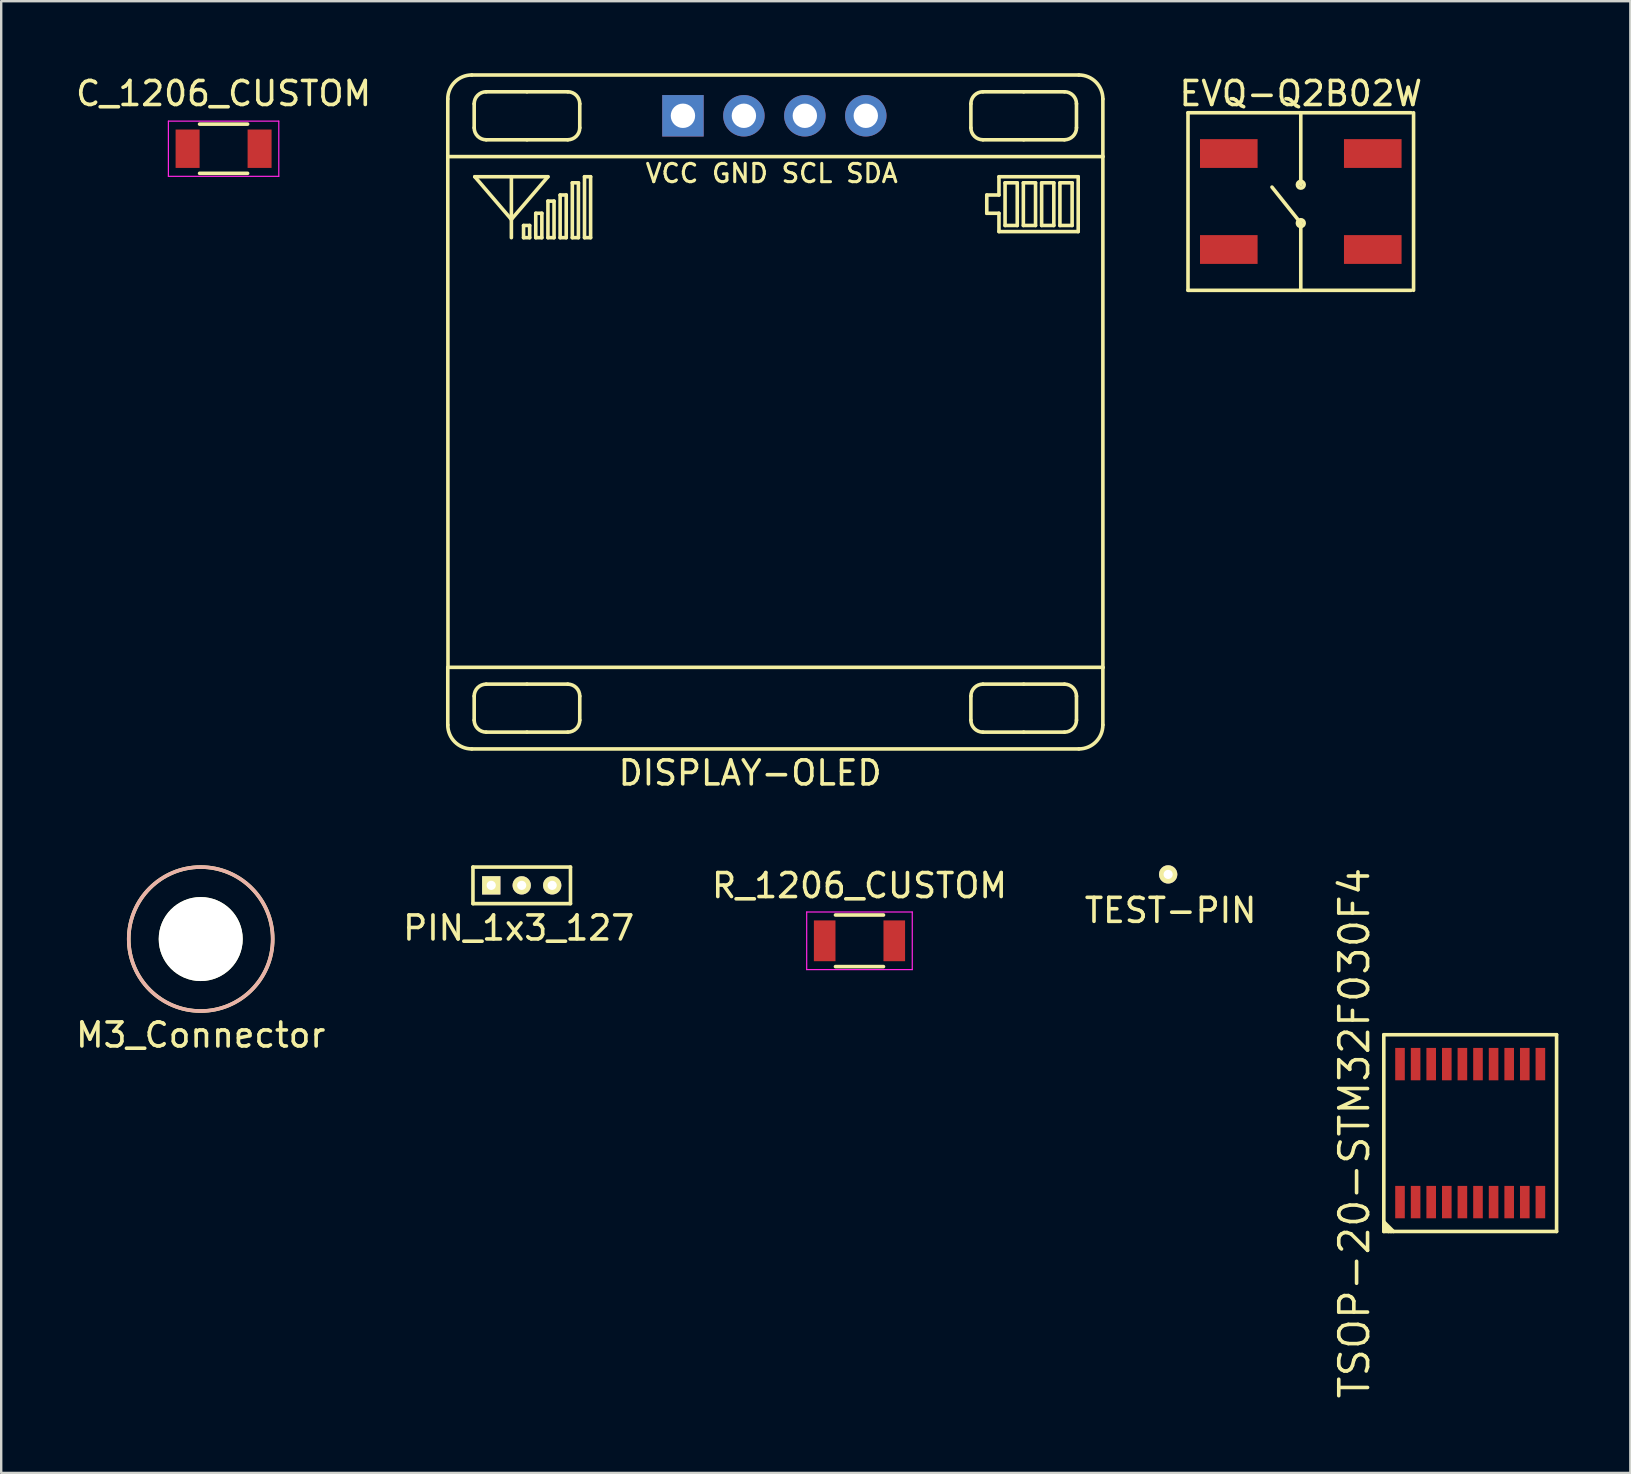
<source format=kicad_pcb>
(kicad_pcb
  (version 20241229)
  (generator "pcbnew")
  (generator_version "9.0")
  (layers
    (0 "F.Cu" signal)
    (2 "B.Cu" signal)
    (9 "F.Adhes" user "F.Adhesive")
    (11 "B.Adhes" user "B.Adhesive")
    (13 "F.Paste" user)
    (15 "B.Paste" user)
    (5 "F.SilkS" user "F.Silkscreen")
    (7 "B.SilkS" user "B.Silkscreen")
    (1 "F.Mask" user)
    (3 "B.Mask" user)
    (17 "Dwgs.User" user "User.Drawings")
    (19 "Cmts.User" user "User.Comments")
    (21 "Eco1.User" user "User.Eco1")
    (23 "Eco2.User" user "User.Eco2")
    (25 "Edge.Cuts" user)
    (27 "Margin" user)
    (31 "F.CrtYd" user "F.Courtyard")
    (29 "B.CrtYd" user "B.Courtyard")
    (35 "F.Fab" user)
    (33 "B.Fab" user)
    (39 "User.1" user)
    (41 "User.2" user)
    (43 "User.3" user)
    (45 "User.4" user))
  (footprint "M3_Connector"
    (layer "F.Cu")
    (at 5.315 36.084)
    (property "Reference" "M3_Connector" (at 0 4 0) (layer "F.SilkS") (effects (font (size 1 1) (thickness 0.15))))
    (attr through_hole)
    (fp_circle (center 0 0) (end 3 0) (stroke (width 0.15) (type solid)) (fill no) (layer "F.SilkS"))
    (fp_circle (center 0 0) (end 3 0) (stroke (width 0.15) (type solid)) (fill no) (layer "B.SilkS"))
    (pad "" np_thru_hole circle (at 0 0) (size 3.5 3.5) (drill 3.5) (layers "*.Cu" "*.Mask" "F.SilkS")))
  (footprint "C_1206_CUSTOM"
    (layer "F.Cu")
    (at 6.268 3.148)
    (property "Reference" "C_1206_CUSTOM" (at 0 -2.3 0) (layer "F.SilkS") (effects (font (size 1 1) (thickness 0.15))))
    (attr smd)
    (fp_line (start -1 1.025) (end 1 1.025) (stroke (width 0.15) (type solid)) (layer "F.SilkS"))
    (fp_line (start 1 -1.025) (end -1 -1.025) (stroke (width 0.15) (type solid)) (layer "F.SilkS"))
    (fp_line (start -2.3 -1.15) (end -2.3 1.15) (stroke (width 0.05) (type solid)) (layer "F.CrtYd"))
    (fp_line (start -2.3 -1.15) (end 2.3 -1.15) (stroke (width 0.05) (type solid)) (layer "F.CrtYd"))
    (fp_line (start -2.3 1.15) (end 2.3 1.15) (stroke (width 0.05) (type solid)) (layer "F.CrtYd"))
    (fp_line (start 2.3 -1.15) (end 2.3 1.15) (stroke (width 0.05) (type solid)) (layer "F.CrtYd"))
    (pad "1" smd rect (at -1.5 0) (size 1 1.6) (layers "F.Cu" "F.Mask" "F.Paste"))
    (pad "2" smd rect (at 1.5 0) (size 1 1.6) (layers "F.Cu" "F.Mask" "F.Paste")))
  (footprint "EVQ-Q2B02W"
    (layer "F.Cu")
    (at 51.159 5.348)
    (property "Reference" "EVQ-Q2B02W" (at 0 -4.5 0) (layer "F.SilkS") (effects (font (size 1 1) (thickness 0.15))))
    (attr through_hole)
    (fp_line (start -4.7 -3.7) (end 4.6 -3.7) (stroke (width 0.15) (type solid)) (layer "F.SilkS"))
    (fp_line (start -4.7 3.7) (end -4.7 -3.7) (stroke (width 0.15) (type solid)) (layer "F.SilkS"))
    (fp_line (start -4.7 3.7) (end 4.6 3.7) (stroke (width 0.15) (type solid)) (layer "F.SilkS"))
    (fp_line (start 0 -3.7) (end 0 -0.7) (stroke (width 0.15) (type solid)) (layer "F.SilkS"))
    (fp_line (start 0 0.9) (end -1.2 -0.6) (stroke (width 0.15) (type solid)) (layer "F.SilkS"))
    (fp_line (start 0 3.7) (end 0 0.9) (stroke (width 0.15) (type solid)) (layer "F.SilkS"))
    (fp_line (start 4.7 3.7) (end 4.7 -3.7) (stroke (width 0.15) (type solid)) (layer "F.SilkS"))
    (fp_circle (center 0 -0.7) (end 0.1 -0.6) (stroke (width 0.15) (type solid)) (fill no) (layer "F.SilkS"))
    (fp_circle (center 0 0.9) (end 0.1 0.8) (stroke (width 0.15) (type solid)) (fill no) (layer "F.SilkS"))
    (pad "1" smd rect (at -3 -2) (size 2.4 1.2) (layers "F.Cu" "F.Mask" "F.Paste"))
    (pad "1" smd rect (at 3 -2) (size 2.4 1.2) (layers "F.Cu" "F.Mask" "F.Paste"))
    (pad "2" smd rect (at -3 2) (size 2.4 1.2) (layers "F.Cu" "F.Mask" "F.Paste"))
    (pad "2" smd rect (at 3 2) (size 2.4 1.2) (layers "F.Cu" "F.Mask" "F.Paste")))
  (footprint "R_1206_CUSTOM"
    (layer "F.Cu")
    (at 32.768 36.157)
    (property "Reference" "R_1206_CUSTOM" (at 0 -2.3 0) (layer "F.SilkS") (effects (font (size 1 1) (thickness 0.15))))
    (attr smd)
    (fp_line (start -1 -1.075) (end 1 -1.075) (stroke (width 0.15) (type solid)) (layer "F.SilkS"))
    (fp_line (start 1 1.075) (end -1 1.075) (stroke (width 0.15) (type solid)) (layer "F.SilkS"))
    (fp_line (start -2.2 -1.2) (end -2.2 1.2) (stroke (width 0.05) (type solid)) (layer "F.CrtYd"))
    (fp_line (start -2.2 -1.2) (end 2.2 -1.2) (stroke (width 0.05) (type solid)) (layer "F.CrtYd"))
    (fp_line (start -2.2 1.2) (end 2.2 1.2) (stroke (width 0.05) (type solid)) (layer "F.CrtYd"))
    (fp_line (start 2.2 -1.2) (end 2.2 1.2) (stroke (width 0.05) (type solid)) (layer "F.CrtYd"))
    (pad "1" smd rect (at -1.45 0) (size 0.9 1.7) (layers "F.Cu" "F.Mask" "F.Paste"))
    (pad "2" smd rect (at 1.45 0) (size 0.9 1.7) (layers "F.Cu" "F.Mask" "F.Paste")))
  (footprint "TEST-PIN"
    (layer "F.Cu")
    (at 45.632 33.39)
    (property "Reference" "TEST-PIN" (at 0.1 1.5 0) (layer "F.SilkS") (effects (font (size 1 1) (thickness 0.15))))
    (attr through_hole)
    (pad "1" thru_hole circle (at 0 0) (size 0.762 0.762) (drill 0.381) (layers "*.Cu" "*.Mask" "F.SilkS")))
  (footprint "DISPLAY-OLED"
    (layer "F.Cu")
    (at 29.183 1.775)
    (property "Reference" "DISPLAY-OLED" (at -0.972 27.386 0) (layer "F.SilkS") (effects (font (size 1 1) (thickness 0.15))))
    (attr through_hole)
    (fp_line (start -13.572 1.7) (end -13.572 -0.7) (stroke (width 0.15) (type solid)) (layer "F.SilkS"))
    (fp_line (start -13.572 1.7) (end -13.564 22.987) (stroke (width 0.15) (type solid)) (layer "F.SilkS"))
    (fp_line (start -13.572 1.7) (end 13.728 1.7) (stroke (width 0.15) (type solid)) (layer "F.SilkS"))
    (fp_line (start -13.572 22.986) (end -13.572 25.386) (stroke (width 0.15) (type solid)) (layer "F.SilkS"))
    (fp_line (start -13.572 22.986) (end 13.728 22.986) (stroke (width 0.15) (type solid)) (layer "F.SilkS"))
    (fp_line (start -12.572 -1.7) (end 12.728 -1.7) (stroke (width 0.15) (type solid)) (layer "F.SilkS"))
    (fp_line (start -12.472 -0.5) (end -12.472 0.5) (stroke (width 0.15) (type solid)) (layer "F.SilkS"))
    (fp_line (start -12.472 24.186) (end -12.472 25.186) (stroke (width 0.15) (type solid)) (layer "F.SilkS"))
    (fp_line (start -12.446 2.54) (end -9.398 2.54) (stroke (width 0.15) (type solid)) (layer "F.SilkS"))
    (fp_line (start -11.972 1) (end -10.272 1) (stroke (width 0.15) (type solid)) (layer "F.SilkS"))
    (fp_line (start -11.972 25.686) (end -10.272 25.686) (stroke (width 0.15) (type solid)) (layer "F.SilkS"))
    (fp_line (start -10.922 2.54) (end -10.922 5.08) (stroke (width 0.15) (type solid)) (layer "F.SilkS"))
    (fp_line (start -10.922 4.318) (end -12.446 2.54) (stroke (width 0.15) (type solid)) (layer "F.SilkS"))
    (fp_line (start -10.414 4.572) (end -10.16 4.572) (stroke (width 0.15) (type solid)) (layer "F.SilkS"))
    (fp_line (start -10.414 5.08) (end -10.414 4.572) (stroke (width 0.15) (type solid)) (layer "F.SilkS"))
    (fp_line (start -10.272 -1) (end -11.972 -1) (stroke (width 0.15) (type solid)) (layer "F.SilkS"))
    (fp_line (start -10.272 1) (end -8.572 1) (stroke (width 0.15) (type solid)) (layer "F.SilkS"))
    (fp_line (start -10.272 23.686) (end -11.972 23.686) (stroke (width 0.15) (type solid)) (layer "F.SilkS"))
    (fp_line (start -10.272 25.686) (end -8.572 25.686) (stroke (width 0.15) (type solid)) (layer "F.SilkS"))
    (fp_line (start -10.16 4.572) (end -10.16 5.08) (stroke (width 0.15) (type solid)) (layer "F.SilkS"))
    (fp_line (start -10.16 5.08) (end -10.414 5.08) (stroke (width 0.15) (type solid)) (layer "F.SilkS"))
    (fp_line (start -9.906 4.064) (end -9.652 4.064) (stroke (width 0.15) (type solid)) (layer "F.SilkS"))
    (fp_line (start -9.906 5.08) (end -9.906 4.064) (stroke (width 0.15) (type solid)) (layer "F.SilkS"))
    (fp_line (start -9.652 4.064) (end -9.652 5.08) (stroke (width 0.15) (type solid)) (layer "F.SilkS"))
    (fp_line (start -9.652 5.08) (end -9.906 5.08) (stroke (width 0.15) (type solid)) (layer "F.SilkS"))
    (fp_line (start -9.398 2.54) (end -10.922 4.318) (stroke (width 0.15) (type solid)) (layer "F.SilkS"))
    (fp_line (start -9.398 3.556) (end -9.144 3.556) (stroke (width 0.15) (type solid)) (layer "F.SilkS"))
    (fp_line (start -9.398 5.08) (end -9.398 3.556) (stroke (width 0.15) (type solid)) (layer "F.SilkS"))
    (fp_line (start -9.144 3.556) (end -9.144 5.08) (stroke (width 0.15) (type solid)) (layer "F.SilkS"))
    (fp_line (start -9.144 5.08) (end -9.398 5.08) (stroke (width 0.15) (type solid)) (layer "F.SilkS"))
    (fp_line (start -8.89 3.302) (end -8.636 3.302) (stroke (width 0.15) (type solid)) (layer "F.SilkS"))
    (fp_line (start -8.89 5.08) (end -8.89 3.302) (stroke (width 0.15) (type solid)) (layer "F.SilkS"))
    (fp_line (start -8.636 3.302) (end -8.636 5.08) (stroke (width 0.15) (type solid)) (layer "F.SilkS"))
    (fp_line (start -8.636 5.08) (end -8.89 5.08) (stroke (width 0.15) (type solid)) (layer "F.SilkS"))
    (fp_line (start -8.572 -1) (end -10.272 -1) (stroke (width 0.15) (type solid)) (layer "F.SilkS"))
    (fp_line (start -8.572 23.686) (end -10.272 23.686) (stroke (width 0.15) (type solid)) (layer "F.SilkS"))
    (fp_line (start -8.382 2.794) (end -8.128 2.794) (stroke (width 0.15) (type solid)) (layer "F.SilkS"))
    (fp_line (start -8.382 5.08) (end -8.382 2.794) (stroke (width 0.15) (type solid)) (layer "F.SilkS"))
    (fp_line (start -8.128 2.794) (end -8.128 5.08) (stroke (width 0.15) (type solid)) (layer "F.SilkS"))
    (fp_line (start -8.128 5.08) (end -8.382 5.08) (stroke (width 0.15) (type solid)) (layer "F.SilkS"))
    (fp_line (start -8.072 0.5) (end -8.072 -0.5) (stroke (width 0.15) (type solid)) (layer "F.SilkS"))
    (fp_line (start -8.072 25.186) (end -8.072 24.186) (stroke (width 0.15) (type solid)) (layer "F.SilkS"))
    (fp_line (start -7.874 2.54) (end -7.62 2.54) (stroke (width 0.15) (type solid)) (layer "F.SilkS"))
    (fp_line (start -7.874 5.08) (end -7.874 2.54) (stroke (width 0.15) (type solid)) (layer "F.SilkS"))
    (fp_line (start -7.62 2.54) (end -7.62 5.08) (stroke (width 0.15) (type solid)) (layer "F.SilkS"))
    (fp_line (start -7.62 5.08) (end -7.874 5.08) (stroke (width 0.15) (type solid)) (layer "F.SilkS"))
    (fp_line (start 8.228 -0.5) (end 8.228 0.5) (stroke (width 0.15) (type solid)) (layer "F.SilkS"))
    (fp_line (start 8.228 24.186) (end 8.228 25.186) (stroke (width 0.15) (type solid)) (layer "F.SilkS"))
    (fp_line (start 8.728 1) (end 10.428 1) (stroke (width 0.15) (type solid)) (layer "F.SilkS"))
    (fp_line (start 8.728 25.686) (end 10.428 25.686) (stroke (width 0.15) (type solid)) (layer "F.SilkS"))
    (fp_line (start 8.89 3.302) (end 9.398 3.302) (stroke (width 0.15) (type solid)) (layer "F.SilkS"))
    (fp_line (start 8.89 4.064) (end 8.89 3.302) (stroke (width 0.15) (type solid)) (layer "F.SilkS"))
    (fp_line (start 9.398 2.54) (end 12.7 2.54) (stroke (width 0.15) (type solid)) (layer "F.SilkS"))
    (fp_line (start 9.398 3.302) (end 9.398 2.54) (stroke (width 0.15) (type solid)) (layer "F.SilkS"))
    (fp_line (start 9.398 4.064) (end 8.89 4.064) (stroke (width 0.15) (type solid)) (layer "F.SilkS"))
    (fp_line (start 9.398 4.826) (end 9.398 4.064) (stroke (width 0.15) (type solid)) (layer "F.SilkS"))
    (fp_line (start 9.652 2.794) (end 9.652 4.572) (stroke (width 0.15) (type solid)) (layer "F.SilkS"))
    (fp_line (start 9.652 4.572) (end 10.16 4.572) (stroke (width 0.15) (type solid)) (layer "F.SilkS"))
    (fp_line (start 10.16 2.794) (end 9.652 2.794) (stroke (width 0.15) (type solid)) (layer "F.SilkS"))
    (fp_line (start 10.16 4.572) (end 10.16 2.794) (stroke (width 0.15) (type solid)) (layer "F.SilkS"))
    (fp_line (start 10.414 2.794) (end 10.922 2.794) (stroke (width 0.15) (type solid)) (layer "F.SilkS"))
    (fp_line (start 10.414 4.572) (end 10.414 2.794) (stroke (width 0.15) (type solid)) (layer "F.SilkS"))
    (fp_line (start 10.428 -1) (end 8.728 -1) (stroke (width 0.15) (type solid)) (layer "F.SilkS"))
    (fp_line (start 10.428 1) (end 12.128 1) (stroke (width 0.15) (type solid)) (layer "F.SilkS"))
    (fp_line (start 10.428 23.686) (end 8.728 23.686) (stroke (width 0.15) (type solid)) (layer "F.SilkS"))
    (fp_line (start 10.428 25.686) (end 12.128 25.686) (stroke (width 0.15) (type solid)) (layer "F.SilkS"))
    (fp_line (start 10.922 2.794) (end 10.922 4.572) (stroke (width 0.15) (type solid)) (layer "F.SilkS"))
    (fp_line (start 10.922 4.572) (end 10.414 4.572) (stroke (width 0.15) (type solid)) (layer "F.SilkS"))
    (fp_line (start 11.176 2.794) (end 11.684 2.794) (stroke (width 0.15) (type solid)) (layer "F.SilkS"))
    (fp_line (start 11.176 4.572) (end 11.176 2.794) (stroke (width 0.15) (type solid)) (layer "F.SilkS"))
    (fp_line (start 11.684 2.794) (end 11.684 4.572) (stroke (width 0.15) (type solid)) (layer "F.SilkS"))
    (fp_line (start 11.684 4.572) (end 11.176 4.572) (stroke (width 0.15) (type solid)) (layer "F.SilkS"))
    (fp_line (start 11.938 2.794) (end 12.446 2.794) (stroke (width 0.15) (type solid)) (layer "F.SilkS"))
    (fp_line (start 11.938 4.572) (end 11.938 2.794) (stroke (width 0.15) (type solid)) (layer "F.SilkS"))
    (fp_line (start 12.128 -1) (end 10.428 -1) (stroke (width 0.15) (type solid)) (layer "F.SilkS"))
    (fp_line (start 12.128 23.686) (end 10.428 23.686) (stroke (width 0.15) (type solid)) (layer "F.SilkS"))
    (fp_line (start 12.446 2.794) (end 12.446 4.572) (stroke (width 0.15) (type solid)) (layer "F.SilkS"))
    (fp_line (start 12.446 4.572) (end 11.938 4.572) (stroke (width 0.15) (type solid)) (layer "F.SilkS"))
    (fp_line (start 12.628 0.5) (end 12.628 -0.5) (stroke (width 0.15) (type solid)) (layer "F.SilkS"))
    (fp_line (start 12.628 25.186) (end 12.628 24.186) (stroke (width 0.15) (type solid)) (layer "F.SilkS"))
    (fp_line (start 12.7 2.54) (end 12.7 4.826) (stroke (width 0.15) (type solid)) (layer "F.SilkS"))
    (fp_line (start 12.7 4.826) (end 9.398 4.826) (stroke (width 0.15) (type solid)) (layer "F.SilkS"))
    (fp_line (start 12.728 26.386) (end -12.572 26.386) (stroke (width 0.15) (type solid)) (layer "F.SilkS"))
    (fp_line (start 13.728 1.7) (end 13.728 -0.7) (stroke (width 0.15) (type solid)) (layer "F.SilkS"))
    (fp_line (start 13.728 1.7) (end 13.729 23) (stroke (width 0.15) (type solid)) (layer "F.SilkS"))
    (fp_line (start 13.728 22.986) (end 13.728 25.386) (stroke (width 0.15) (type solid)) (layer "F.SilkS"))
    (fp_arc (start -13.572 -0.7) (mid -13.279107 -1.407107) (end -12.572 -1.7) (stroke (width 0.15) (type solid)) (layer "F.SilkS"))
    (fp_arc (start -12.572 26.386) (mid -13.279107 26.093107) (end -13.572 25.386) (stroke (width 0.15) (type solid)) (layer "F.SilkS"))
    (fp_arc (start -12.472 -0.5) (mid -12.325553 -0.853553) (end -11.972 -1) (stroke (width 0.15) (type solid)) (layer "F.SilkS"))
    (fp_arc (start -12.472 24.186) (mid -12.325553 23.832447) (end -11.972 23.686) (stroke (width 0.15) (type solid)) (layer "F.SilkS"))
    (fp_arc (start -11.972 1) (mid -12.325553 0.853553) (end -12.472 0.5) (stroke (width 0.15) (type solid)) (layer "F.SilkS"))
    (fp_arc (start -11.972 25.686) (mid -12.325553 25.539553) (end -12.472 25.186) (stroke (width 0.15) (type solid)) (layer "F.SilkS"))
    (fp_arc (start -8.572 -1) (mid -8.218447 -0.853553) (end -8.072 -0.5) (stroke (width 0.15) (type solid)) (layer "F.SilkS"))
    (fp_arc (start -8.572 23.686) (mid -8.218447 23.832447) (end -8.072 24.186) (stroke (width 0.15) (type solid)) (layer "F.SilkS"))
    (fp_arc (start -8.072 0.5) (mid -8.218447 0.853553) (end -8.572 1) (stroke (width 0.15) (type solid)) (layer "F.SilkS"))
    (fp_arc (start -8.072 25.186) (mid -8.218447 25.539553) (end -8.572 25.686) (stroke (width 0.15) (type solid)) (layer "F.SilkS"))
    (fp_arc (start 8.228 -0.5) (mid 8.374447 -0.853553) (end 8.728 -1) (stroke (width 0.15) (type solid)) (layer "F.SilkS"))
    (fp_arc (start 8.228 24.186) (mid 8.374447 23.832447) (end 8.728 23.686) (stroke (width 0.15) (type solid)) (layer "F.SilkS"))
    (fp_arc (start 8.728 1) (mid 8.374447 0.853553) (end 8.228 0.5) (stroke (width 0.15) (type solid)) (layer "F.SilkS"))
    (fp_arc (start 8.728 25.686) (mid 8.374447 25.539553) (end 8.228 25.186) (stroke (width 0.15) (type solid)) (layer "F.SilkS"))
    (fp_arc (start 12.128 -1) (mid 12.481553 -0.853553) (end 12.628 -0.5) (stroke (width 0.15) (type solid)) (layer "F.SilkS"))
    (fp_arc (start 12.128 23.686) (mid 12.481553 23.832447) (end 12.628 24.186) (stroke (width 0.15) (type solid)) (layer "F.SilkS"))
    (fp_arc (start 12.628 0.5) (mid 12.481553 0.853553) (end 12.128 1) (stroke (width 0.15) (type solid)) (layer "F.SilkS"))
    (fp_arc (start 12.628 25.186) (mid 12.481553 25.539553) (end 12.128 25.686) (stroke (width 0.15) (type solid)) (layer "F.SilkS"))
    (fp_arc (start 12.728 -1.7) (mid 13.435107 -1.407107) (end 13.728 -0.7) (stroke (width 0.15) (type solid)) (layer "F.SilkS"))
    (fp_arc (start 13.728 25.386) (mid 13.435107 26.093107) (end 12.728 26.386) (stroke (width 0.15) (type solid)) (layer "F.SilkS"))
    (fp_text user "VCC GND SCL SDA" (at -0.072 2.4 0) (layer "F.SilkS") (effects (font (size 0.762 0.762) (thickness 0.127))))
    (pad "1" thru_hole rect (at -3.772 0) (size 1.727 1.727) (drill 1.016) (layers "*.Cu" "*.Mask"))
    (pad "2" thru_hole circle (at -1.232 0) (size 1.727 1.727) (drill 1.016) (layers "*.Cu" "*.Mask"))
    (pad "3" thru_hole circle (at 1.308 0) (size 1.727 1.727) (drill 1.016) (layers "*.Cu" "*.Mask"))
    (pad "4" thru_hole circle (at 3.848 0) (size 1.727 1.727) (drill 1.016) (layers "*.Cu" "*.Mask")))
  (footprint "PIN_1x3_127"
    (layer "F.Cu")
    (at 17.422 33.846)
    (property "Reference" "PIN_1x3_127" (at 1.143 1.778 0) (layer "F.SilkS") (effects (font (size 1 1) (thickness 0.15))))
    (attr through_hole)
    (fp_line (start -0.762 -0.762) (end 3.302 -0.762) (stroke (width 0.15) (type solid)) (layer "F.SilkS"))
    (fp_line (start -0.762 0.762) (end -0.762 -0.762) (stroke (width 0.15) (type solid)) (layer "F.SilkS"))
    (fp_line (start 3.302 -0.762) (end 3.302 0.762) (stroke (width 0.15) (type solid)) (layer "F.SilkS"))
    (fp_line (start 3.302 0.762) (end -0.762 0.762) (stroke (width 0.15) (type solid)) (layer "F.SilkS"))
    (pad "1" thru_hole rect (at 0 0) (size 0.762 0.762) (drill 0.381) (layers "*.Cu" "*.Mask" "F.SilkS"))
    (pad "2" thru_hole circle (at 1.27 0) (size 0.762 0.762) (drill 0.381) (layers "*.Cu" "*.Mask" "F.SilkS"))
    (pad "3" thru_hole circle (at 2.54 0) (size 0.762 0.762) (drill 0.381) (layers "*.Cu" "*.Mask" "F.SilkS")))
  (footprint "TSOP-20-STM32F030F4"
    (layer "F.Cu")
    (at 58.219 44.171)
    (property "Reference" "TSOP-20-STM32F030F4" (at -4.825 0 90) (layer "F.SilkS") (effects (font (size 1.2 1.2) (thickness 0.15))))
    (attr through_hole)
    (fp_line (start -3.6 -4.1) (end -3.6 4.1) (stroke (width 0.15) (type solid)) (layer "F.SilkS"))
    (fp_line (start -3.6 3.7) (end -3.2 4.1) (stroke (width 0.15) (type solid)) (layer "F.SilkS"))
    (fp_line (start -3.6 3.8) (end -3.3 4.1) (stroke (width 0.15) (type solid)) (layer "F.SilkS"))
    (fp_line (start -3.6 3.9) (end -3.4 4.1) (stroke (width 0.15) (type solid)) (layer "F.SilkS"))
    (fp_line (start -3.6 4.1) (end 3.6 4.1) (stroke (width 0.15) (type solid)) (layer "F.SilkS"))
    (fp_line (start 3.6 -4.1) (end -3.6 -4.1) (stroke (width 0.15) (type solid)) (layer "F.SilkS"))
    (fp_line (start 3.6 4.1) (end 3.6 -4.1) (stroke (width 0.15) (type solid)) (layer "F.SilkS"))
    (pad "1" smd rect (at -2.925 2.875) (size 0.4 1.35) (layers "F.Cu" "F.Mask" "F.Paste"))
    (pad "2" smd rect (at -2.275 2.875) (size 0.4 1.35) (layers "F.Cu" "F.Mask" "F.Paste"))
    (pad "3" smd rect (at -1.625 2.875) (size 0.4 1.35) (layers "F.Cu" "F.Mask" "F.Paste"))
    (pad "4" smd rect (at -0.975 2.875) (size 0.4 1.35) (layers "F.Cu" "F.Mask" "F.Paste"))
    (pad "5" smd rect (at -0.325 2.875) (size 0.4 1.35) (layers "F.Cu" "F.Mask" "F.Paste"))
    (pad "6" smd rect (at 0.325 2.875) (size 0.4 1.35) (layers "F.Cu" "F.Mask" "F.Paste"))
    (pad "7" smd rect (at 0.975 2.875) (size 0.4 1.35) (layers "F.Cu" "F.Mask" "F.Paste"))
    (pad "8" smd rect (at 1.625 2.875) (size 0.4 1.35) (layers "F.Cu" "F.Mask" "F.Paste"))
    (pad "9" smd rect (at 2.275 2.875) (size 0.4 1.35) (layers "F.Cu" "F.Mask" "F.Paste"))
    (pad "10" smd rect (at 2.925 2.875) (size 0.4 1.35) (layers "F.Cu" "F.Mask" "F.Paste"))
    (pad "11" smd rect (at 2.925 -2.875) (size 0.4 1.35) (layers "F.Cu" "F.Mask" "F.Paste"))
    (pad "12" smd rect (at 2.275 -2.875) (size 0.4 1.35) (layers "F.Cu" "F.Mask" "F.Paste"))
    (pad "13" smd rect (at 1.625 -2.875) (size 0.4 1.35) (layers "F.Cu" "F.Mask" "F.Paste"))
    (pad "14" smd rect (at 0.975 -2.875) (size 0.4 1.35) (layers "F.Cu" "F.Mask" "F.Paste"))
    (pad "15" smd rect (at 0.325 -2.875) (size 0.4 1.35) (layers "F.Cu" "F.Mask" "F.Paste"))
    (pad "16" smd rect (at -0.325 -2.875) (size 0.4 1.35) (layers "F.Cu" "F.Mask" "F.Paste"))
    (pad "17" smd rect (at -0.975 -2.875) (size 0.4 1.35) (layers "F.Cu" "F.Mask" "F.Paste"))
    (pad "18" smd rect (at -1.625 -2.875) (size 0.4 1.35) (layers "F.Cu" "F.Mask" "F.Paste"))
    (pad "19" smd rect (at -2.275 -2.875) (size 0.4 1.35) (layers "F.Cu" "F.Mask" "F.Paste"))
    (pad "20" smd rect (at -2.925 -2.875) (size 0.4 1.35) (layers "F.Cu" "F.Mask" "F.Paste")))
  (gr_rect
    (start -3 -3)
    (end 64.894 58.334)
    (stroke (width 0.1) (type default))
    (fill no)
    (layer "Edge.Cuts")))
</source>
